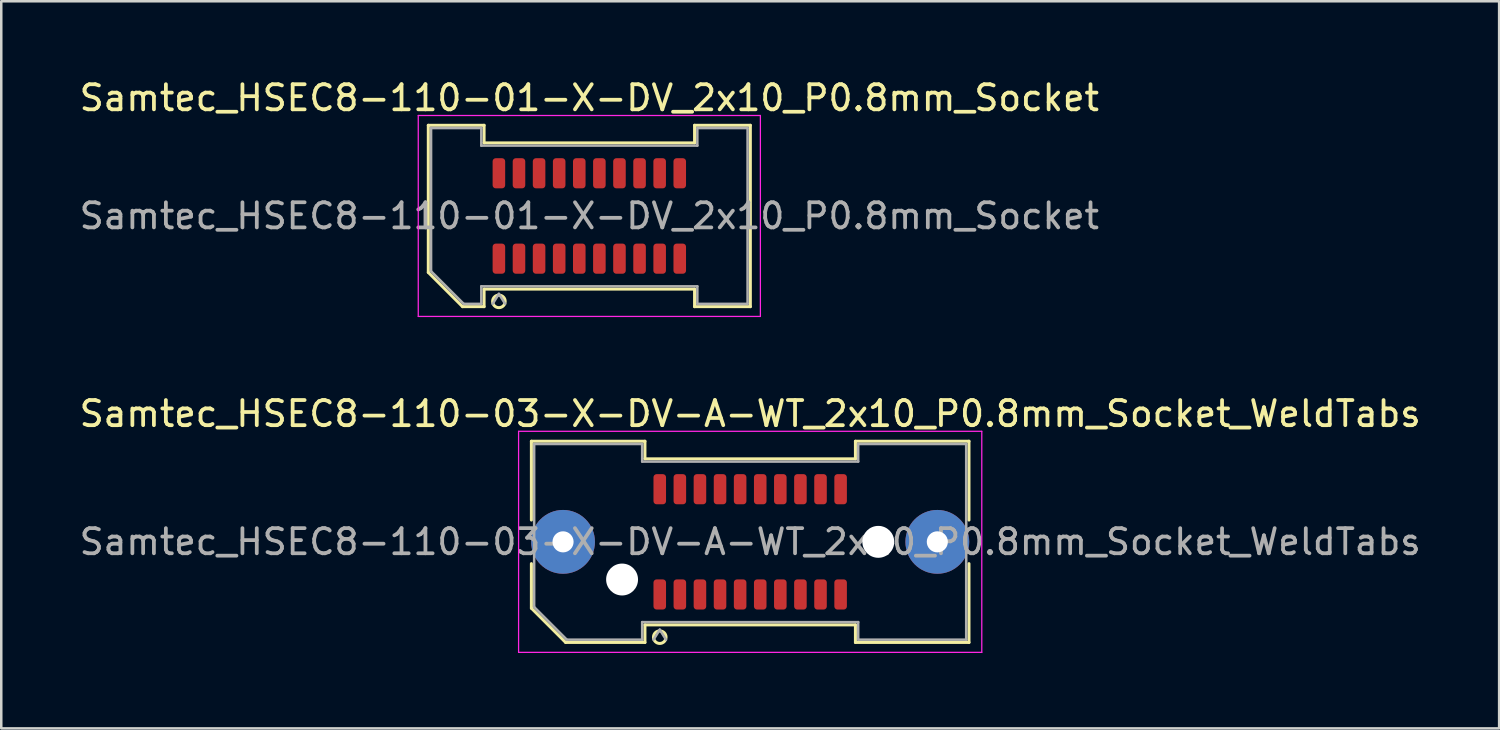
<source format=kicad_pcb>
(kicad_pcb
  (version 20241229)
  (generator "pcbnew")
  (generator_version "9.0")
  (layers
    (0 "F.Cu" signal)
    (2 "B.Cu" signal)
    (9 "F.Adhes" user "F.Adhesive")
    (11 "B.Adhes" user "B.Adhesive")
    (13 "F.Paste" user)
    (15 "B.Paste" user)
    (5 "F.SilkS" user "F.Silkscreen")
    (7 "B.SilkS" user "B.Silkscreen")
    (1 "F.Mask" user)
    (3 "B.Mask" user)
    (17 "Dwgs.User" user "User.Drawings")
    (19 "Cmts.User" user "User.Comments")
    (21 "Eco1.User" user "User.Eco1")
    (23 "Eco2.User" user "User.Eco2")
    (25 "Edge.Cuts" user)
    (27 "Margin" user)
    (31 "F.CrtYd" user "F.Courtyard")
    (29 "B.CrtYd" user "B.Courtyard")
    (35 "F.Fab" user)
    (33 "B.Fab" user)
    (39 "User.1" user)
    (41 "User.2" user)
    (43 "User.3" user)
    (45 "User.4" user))
  (footprint "Samtec_HSEC8-110-01-X-DV_2x10_P0.8mm_Socket"
    (layer "F.Cu")
    (at 20.411 5.548)
    (property "Reference" "Samtec_HSEC8-110-01-X-DV_2x10_P0.8mm_Socket" (at 0 -4.7 0) (layer "F.SilkS") (effects (font (size 1 1) (thickness 0.15))))
    (attr smd)
    (fp_line (start -6.41 -3.61) (end -4.19 -3.61) (stroke (width 0.12) (type solid)) (layer "F.SilkS"))
    (fp_line (start -6.41 2.246) (end -6.41 -3.61) (stroke (width 0.12) (type solid)) (layer "F.SilkS"))
    (fp_line (start -5.046 3.61) (end -6.41 2.246) (stroke (width 0.12) (type solid)) (layer "F.SilkS"))
    (fp_line (start -4.19 -3.61) (end -4.19 -2.91) (stroke (width 0.12) (type solid)) (layer "F.SilkS"))
    (fp_line (start -4.19 -2.91) (end 4.19 -2.91) (stroke (width 0.12) (type solid)) (layer "F.SilkS"))
    (fp_line (start -4.19 2.91) (end -4.19 3.61) (stroke (width 0.12) (type solid)) (layer "F.SilkS"))
    (fp_line (start -4.19 3.61) (end -5.046 3.61) (stroke (width 0.12) (type solid)) (layer "F.SilkS"))
    (fp_line (start 4.19 -3.61) (end 6.41 -3.61) (stroke (width 0.12) (type solid)) (layer "F.SilkS"))
    (fp_line (start 4.19 -2.91) (end 4.19 -3.61) (stroke (width 0.12) (type solid)) (layer "F.SilkS"))
    (fp_line (start 4.19 2.91) (end -4.19 2.91) (stroke (width 0.12) (type solid)) (layer "F.SilkS"))
    (fp_line (start 4.19 3.61) (end 4.19 2.91) (stroke (width 0.12) (type solid)) (layer "F.SilkS"))
    (fp_line (start 6.41 -3.61) (end 6.41 3.61) (stroke (width 0.12) (type solid)) (layer "F.SilkS"))
    (fp_line (start 6.41 3.61) (end 4.19 3.61) (stroke (width 0.12) (type solid)) (layer "F.SilkS"))
    (fp_arc (start -3.35 3.4) (mid -3.85 3.4) (end -3.35 3.4) (stroke (width 0.12) (type solid)) (layer "F.SilkS"))
    (fp_line (start -6.81 -4) (end -6.81 4) (stroke (width 0.05) (type solid)) (layer "F.CrtYd"))
    (fp_line (start -6.81 4) (end 6.81 4) (stroke (width 0.05) (type solid)) (layer "F.CrtYd"))
    (fp_line (start 6.81 -4) (end -6.81 -4) (stroke (width 0.05) (type solid)) (layer "F.CrtYd"))
    (fp_line (start 6.81 4) (end 6.81 -4) (stroke (width 0.05) (type solid)) (layer "F.CrtYd"))
    (fp_line (start -6.3 -3.5) (end -4.3 -3.5) (stroke (width 0.1) (type solid)) (layer "F.Fab"))
    (fp_line (start -6.3 2.2) (end -6.3 -3.5) (stroke (width 0.1) (type solid)) (layer "F.Fab"))
    (fp_line (start -5 3.5) (end -6.3 2.2) (stroke (width 0.1) (type solid)) (layer "F.Fab"))
    (fp_line (start -4.3 -3.5) (end -4.3 -2.8) (stroke (width 0.1) (type solid)) (layer "F.Fab"))
    (fp_line (start -4.3 -2.8) (end 4.3 -2.8) (stroke (width 0.1) (type solid)) (layer "F.Fab"))
    (fp_line (start -4.3 2.8) (end -4.3 3.5) (stroke (width 0.1) (type solid)) (layer "F.Fab"))
    (fp_line (start -4.3 3.5) (end -5 3.5) (stroke (width 0.1) (type solid)) (layer "F.Fab"))
    (fp_line (start -3.6 3.1) (end -3.85 3.5) (stroke (width 0.1) (type solid)) (layer "F.Fab"))
    (fp_line (start -3.6 3.1) (end -3.35 3.5) (stroke (width 0.1) (type solid)) (layer "F.Fab"))
    (fp_line (start 4.3 -3.5) (end 6.3 -3.5) (stroke (width 0.1) (type solid)) (layer "F.Fab"))
    (fp_line (start 4.3 -2.8) (end 4.3 -3.5) (stroke (width 0.1) (type solid)) (layer "F.Fab"))
    (fp_line (start 4.3 2.8) (end -4.3 2.8) (stroke (width 0.1) (type solid)) (layer "F.Fab"))
    (fp_line (start 4.3 3.5) (end 4.3 2.8) (stroke (width 0.1) (type solid)) (layer "F.Fab"))
    (fp_line (start 6.3 -3.5) (end 6.3 3.5) (stroke (width 0.1) (type solid)) (layer "F.Fab"))
    (fp_line (start 6.3 3.5) (end 4.3 3.5) (stroke (width 0.1) (type solid)) (layer "F.Fab"))
    (fp_text user "${REFERENCE}" (at 0 0 0) (layer "F.Fab") (effects (font (size 1 1) (thickness 0.15))))
    (pad "1" smd roundrect (at -3.6 1.7) (size 0.5 1.2) (layers "F.Cu" "F.Mask" "F.Paste") (roundrect_rratio 0.25))
    (pad "2" smd roundrect (at -3.6 -1.7) (size 0.5 1.2) (layers "F.Cu" "F.Mask" "F.Paste") (roundrect_rratio 0.25))
    (pad "3" smd roundrect (at -2.8 1.7) (size 0.5 1.2) (layers "F.Cu" "F.Mask" "F.Paste") (roundrect_rratio 0.25))
    (pad "4" smd roundrect (at -2.8 -1.7) (size 0.5 1.2) (layers "F.Cu" "F.Mask" "F.Paste") (roundrect_rratio 0.25))
    (pad "5" smd roundrect (at -2 1.7) (size 0.5 1.2) (layers "F.Cu" "F.Mask" "F.Paste") (roundrect_rratio 0.25))
    (pad "6" smd roundrect (at -2 -1.7) (size 0.5 1.2) (layers "F.Cu" "F.Mask" "F.Paste") (roundrect_rratio 0.25))
    (pad "7" smd roundrect (at -1.2 1.7) (size 0.5 1.2) (layers "F.Cu" "F.Mask" "F.Paste") (roundrect_rratio 0.25))
    (pad "8" smd roundrect (at -1.2 -1.7) (size 0.5 1.2) (layers "F.Cu" "F.Mask" "F.Paste") (roundrect_rratio 0.25))
    (pad "9" smd roundrect (at -0.4 1.7) (size 0.5 1.2) (layers "F.Cu" "F.Mask" "F.Paste") (roundrect_rratio 0.25))
    (pad "10" smd roundrect (at -0.4 -1.7) (size 0.5 1.2) (layers "F.Cu" "F.Mask" "F.Paste") (roundrect_rratio 0.25))
    (pad "11" smd roundrect (at 0.4 1.7) (size 0.5 1.2) (layers "F.Cu" "F.Mask" "F.Paste") (roundrect_rratio 0.25))
    (pad "12" smd roundrect (at 0.4 -1.7) (size 0.5 1.2) (layers "F.Cu" "F.Mask" "F.Paste") (roundrect_rratio 0.25))
    (pad "13" smd roundrect (at 1.2 1.7) (size 0.5 1.2) (layers "F.Cu" "F.Mask" "F.Paste") (roundrect_rratio 0.25))
    (pad "14" smd roundrect (at 1.2 -1.7) (size 0.5 1.2) (layers "F.Cu" "F.Mask" "F.Paste") (roundrect_rratio 0.25))
    (pad "15" smd roundrect (at 2 1.7) (size 0.5 1.2) (layers "F.Cu" "F.Mask" "F.Paste") (roundrect_rratio 0.25))
    (pad "16" smd roundrect (at 2 -1.7) (size 0.5 1.2) (layers "F.Cu" "F.Mask" "F.Paste") (roundrect_rratio 0.25))
    (pad "17" smd roundrect (at 2.8 1.7) (size 0.5 1.2) (layers "F.Cu" "F.Mask" "F.Paste") (roundrect_rratio 0.25))
    (pad "18" smd roundrect (at 2.8 -1.7) (size 0.5 1.2) (layers "F.Cu" "F.Mask" "F.Paste") (roundrect_rratio 0.25))
    (pad "19" smd roundrect (at 3.6 1.7) (size 0.5 1.2) (layers "F.Cu" "F.Mask" "F.Paste") (roundrect_rratio 0.25))
    (pad "20" smd roundrect (at 3.6 -1.7) (size 0.5 1.2) (layers "F.Cu" "F.Mask" "F.Paste") (roundrect_rratio 0.25)))
  (footprint "Samtec_HSEC8-110-03-X-DV-A-WT_2x10_P0.8mm_Socket_WeldTabs"
    (layer "F.Cu")
    (at 26.815 18.521)
    (property "Reference" "Samtec_HSEC8-110-03-X-DV-A-WT_2x10_P0.8mm_Socket_WeldTabs" (at 0 -5.1 0) (layer "F.SilkS") (effects (font (size 1 1) (thickness 0.15))))
    (attr smd)
    (fp_line (start -8.71 -4.005) (end -4.19 -4.005) (stroke (width 0.12) (type solid)) (layer "F.SilkS"))
    (fp_line (start -8.71 -0.868) (end -8.71 -4.005) (stroke (width 0.12) (type solid)) (layer "F.SilkS"))
    (fp_line (start -8.71 2.641) (end -8.71 0.868) (stroke (width 0.12) (type solid)) (layer "F.SilkS"))
    (fp_line (start -7.346 4.005) (end -8.71 2.641) (stroke (width 0.12) (type solid)) (layer "F.SilkS"))
    (fp_line (start -4.19 -4.005) (end -4.19 -3.305) (stroke (width 0.12) (type solid)) (layer "F.SilkS"))
    (fp_line (start -4.19 -3.305) (end 4.19 -3.305) (stroke (width 0.12) (type solid)) (layer "F.SilkS"))
    (fp_line (start -4.19 3.305) (end -4.19 4.005) (stroke (width 0.12) (type solid)) (layer "F.SilkS"))
    (fp_line (start -4.19 4.005) (end -7.346 4.005) (stroke (width 0.12) (type solid)) (layer "F.SilkS"))
    (fp_line (start 4.19 -4.005) (end 8.71 -4.005) (stroke (width 0.12) (type solid)) (layer "F.SilkS"))
    (fp_line (start 4.19 -3.305) (end 4.19 -4.005) (stroke (width 0.12) (type solid)) (layer "F.SilkS"))
    (fp_line (start 4.19 3.305) (end -4.19 3.305) (stroke (width 0.12) (type solid)) (layer "F.SilkS"))
    (fp_line (start 4.19 4.005) (end 4.19 3.305) (stroke (width 0.12) (type solid)) (layer "F.SilkS"))
    (fp_line (start 8.71 -4.005) (end 8.71 -0.868) (stroke (width 0.12) (type solid)) (layer "F.SilkS"))
    (fp_line (start 8.71 0.868) (end 8.71 4.005) (stroke (width 0.12) (type solid)) (layer "F.SilkS"))
    (fp_line (start 8.71 4.005) (end 4.19 4.005) (stroke (width 0.12) (type solid)) (layer "F.SilkS"))
    (fp_arc (start -3.35 3.795) (mid -3.85 3.795) (end -3.35 3.795) (stroke (width 0.12) (type solid)) (layer "F.SilkS"))
    (fp_line (start -9.22 -4.4) (end -9.22 4.4) (stroke (width 0.05) (type solid)) (layer "F.CrtYd"))
    (fp_line (start -9.22 4.4) (end 9.22 4.4) (stroke (width 0.05) (type solid)) (layer "F.CrtYd"))
    (fp_line (start 9.22 -4.4) (end -9.22 -4.4) (stroke (width 0.05) (type solid)) (layer "F.CrtYd"))
    (fp_line (start 9.22 4.4) (end 9.22 -4.4) (stroke (width 0.05) (type solid)) (layer "F.CrtYd"))
    (fp_line (start -8.6 -3.895) (end -4.3 -3.895) (stroke (width 0.1) (type solid)) (layer "F.Fab"))
    (fp_line (start -8.6 2.595) (end -8.6 -3.895) (stroke (width 0.1) (type solid)) (layer "F.Fab"))
    (fp_line (start -7.3 3.895) (end -8.6 2.595) (stroke (width 0.1) (type solid)) (layer "F.Fab"))
    (fp_line (start -4.3 -3.895) (end -4.3 -3.195) (stroke (width 0.1) (type solid)) (layer "F.Fab"))
    (fp_line (start -4.3 -3.195) (end 4.3 -3.195) (stroke (width 0.1) (type solid)) (layer "F.Fab"))
    (fp_line (start -4.3 3.195) (end -4.3 3.895) (stroke (width 0.1) (type solid)) (layer "F.Fab"))
    (fp_line (start -4.3 3.895) (end -7.3 3.895) (stroke (width 0.1) (type solid)) (layer "F.Fab"))
    (fp_line (start -3.6 3.495) (end -3.85 3.895) (stroke (width 0.1) (type solid)) (layer "F.Fab"))
    (fp_line (start -3.6 3.495) (end -3.35 3.895) (stroke (width 0.1) (type solid)) (layer "F.Fab"))
    (fp_line (start 4.3 -3.895) (end 8.6 -3.895) (stroke (width 0.1) (type solid)) (layer "F.Fab"))
    (fp_line (start 4.3 -3.195) (end 4.3 -3.895) (stroke (width 0.1) (type solid)) (layer "F.Fab"))
    (fp_line (start 4.3 3.195) (end -4.3 3.195) (stroke (width 0.1) (type solid)) (layer "F.Fab"))
    (fp_line (start 4.3 3.895) (end 4.3 3.195) (stroke (width 0.1) (type solid)) (layer "F.Fab"))
    (fp_line (start 8.6 -3.895) (end 8.6 3.895) (stroke (width 0.1) (type solid)) (layer "F.Fab"))
    (fp_line (start 8.6 3.895) (end 4.3 3.895) (stroke (width 0.1) (type solid)) (layer "F.Fab"))
    (fp_text user "${REFERENCE}" (at 0 0 0) (layer "F.Fab") (effects (font (size 1 1) (thickness 0.15))))
    (pad "" thru_hole circle (at -7.45 0) (size 2.54 2.54) (drill 0.84) (layers "*.Cu" "*.Mask" "F.Paste"))
    (pad "" np_thru_hole circle (at -5.1 1.5) (size 1.27 1.27) (drill 1.27) (layers "*.Cu" "*.Mask"))
    (pad "" np_thru_hole circle (at 5.1 0) (size 1.27 1.27) (drill 1.27) (layers "*.Cu" "*.Mask"))
    (pad "" thru_hole circle (at 7.45 0) (size 2.54 2.54) (drill 0.84) (layers "*.Cu" "*.Mask" "F.Paste"))
    (pad "1" smd roundrect (at -3.6 2.095) (size 0.5 1.2) (layers "F.Cu" "F.Mask" "F.Paste") (roundrect_rratio 0.25))
    (pad "2" smd roundrect (at -3.6 -2.095) (size 0.5 1.2) (layers "F.Cu" "F.Mask" "F.Paste") (roundrect_rratio 0.25))
    (pad "3" smd roundrect (at -2.8 2.095) (size 0.5 1.2) (layers "F.Cu" "F.Mask" "F.Paste") (roundrect_rratio 0.25))
    (pad "4" smd roundrect (at -2.8 -2.095) (size 0.5 1.2) (layers "F.Cu" "F.Mask" "F.Paste") (roundrect_rratio 0.25))
    (pad "5" smd roundrect (at -2 2.095) (size 0.5 1.2) (layers "F.Cu" "F.Mask" "F.Paste") (roundrect_rratio 0.25))
    (pad "6" smd roundrect (at -2 -2.095) (size 0.5 1.2) (layers "F.Cu" "F.Mask" "F.Paste") (roundrect_rratio 0.25))
    (pad "7" smd roundrect (at -1.2 2.095) (size 0.5 1.2) (layers "F.Cu" "F.Mask" "F.Paste") (roundrect_rratio 0.25))
    (pad "8" smd roundrect (at -1.2 -2.095) (size 0.5 1.2) (layers "F.Cu" "F.Mask" "F.Paste") (roundrect_rratio 0.25))
    (pad "9" smd roundrect (at -0.4 2.095) (size 0.5 1.2) (layers "F.Cu" "F.Mask" "F.Paste") (roundrect_rratio 0.25))
    (pad "10" smd roundrect (at -0.4 -2.095) (size 0.5 1.2) (layers "F.Cu" "F.Mask" "F.Paste") (roundrect_rratio 0.25))
    (pad "11" smd roundrect (at 0.4 2.095) (size 0.5 1.2) (layers "F.Cu" "F.Mask" "F.Paste") (roundrect_rratio 0.25))
    (pad "12" smd roundrect (at 0.4 -2.095) (size 0.5 1.2) (layers "F.Cu" "F.Mask" "F.Paste") (roundrect_rratio 0.25))
    (pad "13" smd roundrect (at 1.2 2.095) (size 0.5 1.2) (layers "F.Cu" "F.Mask" "F.Paste") (roundrect_rratio 0.25))
    (pad "14" smd roundrect (at 1.2 -2.095) (size 0.5 1.2) (layers "F.Cu" "F.Mask" "F.Paste") (roundrect_rratio 0.25))
    (pad "15" smd roundrect (at 2 2.095) (size 0.5 1.2) (layers "F.Cu" "F.Mask" "F.Paste") (roundrect_rratio 0.25))
    (pad "16" smd roundrect (at 2 -2.095) (size 0.5 1.2) (layers "F.Cu" "F.Mask" "F.Paste") (roundrect_rratio 0.25))
    (pad "17" smd roundrect (at 2.8 2.095) (size 0.5 1.2) (layers "F.Cu" "F.Mask" "F.Paste") (roundrect_rratio 0.25))
    (pad "18" smd roundrect (at 2.8 -2.095) (size 0.5 1.2) (layers "F.Cu" "F.Mask" "F.Paste") (roundrect_rratio 0.25))
    (pad "19" smd roundrect (at 3.6 2.095) (size 0.5 1.2) (layers "F.Cu" "F.Mask" "F.Paste") (roundrect_rratio 0.25))
    (pad "20" smd roundrect (at 3.6 -2.095) (size 0.5 1.2) (layers "F.Cu" "F.Mask" "F.Paste") (roundrect_rratio 0.25)))
  (gr_rect
    (start -3 -3)
    (end 56.631 25.947)
    (stroke (width 0.1) (type default))
    (fill no)
    (layer "Edge.Cuts")))
</source>
